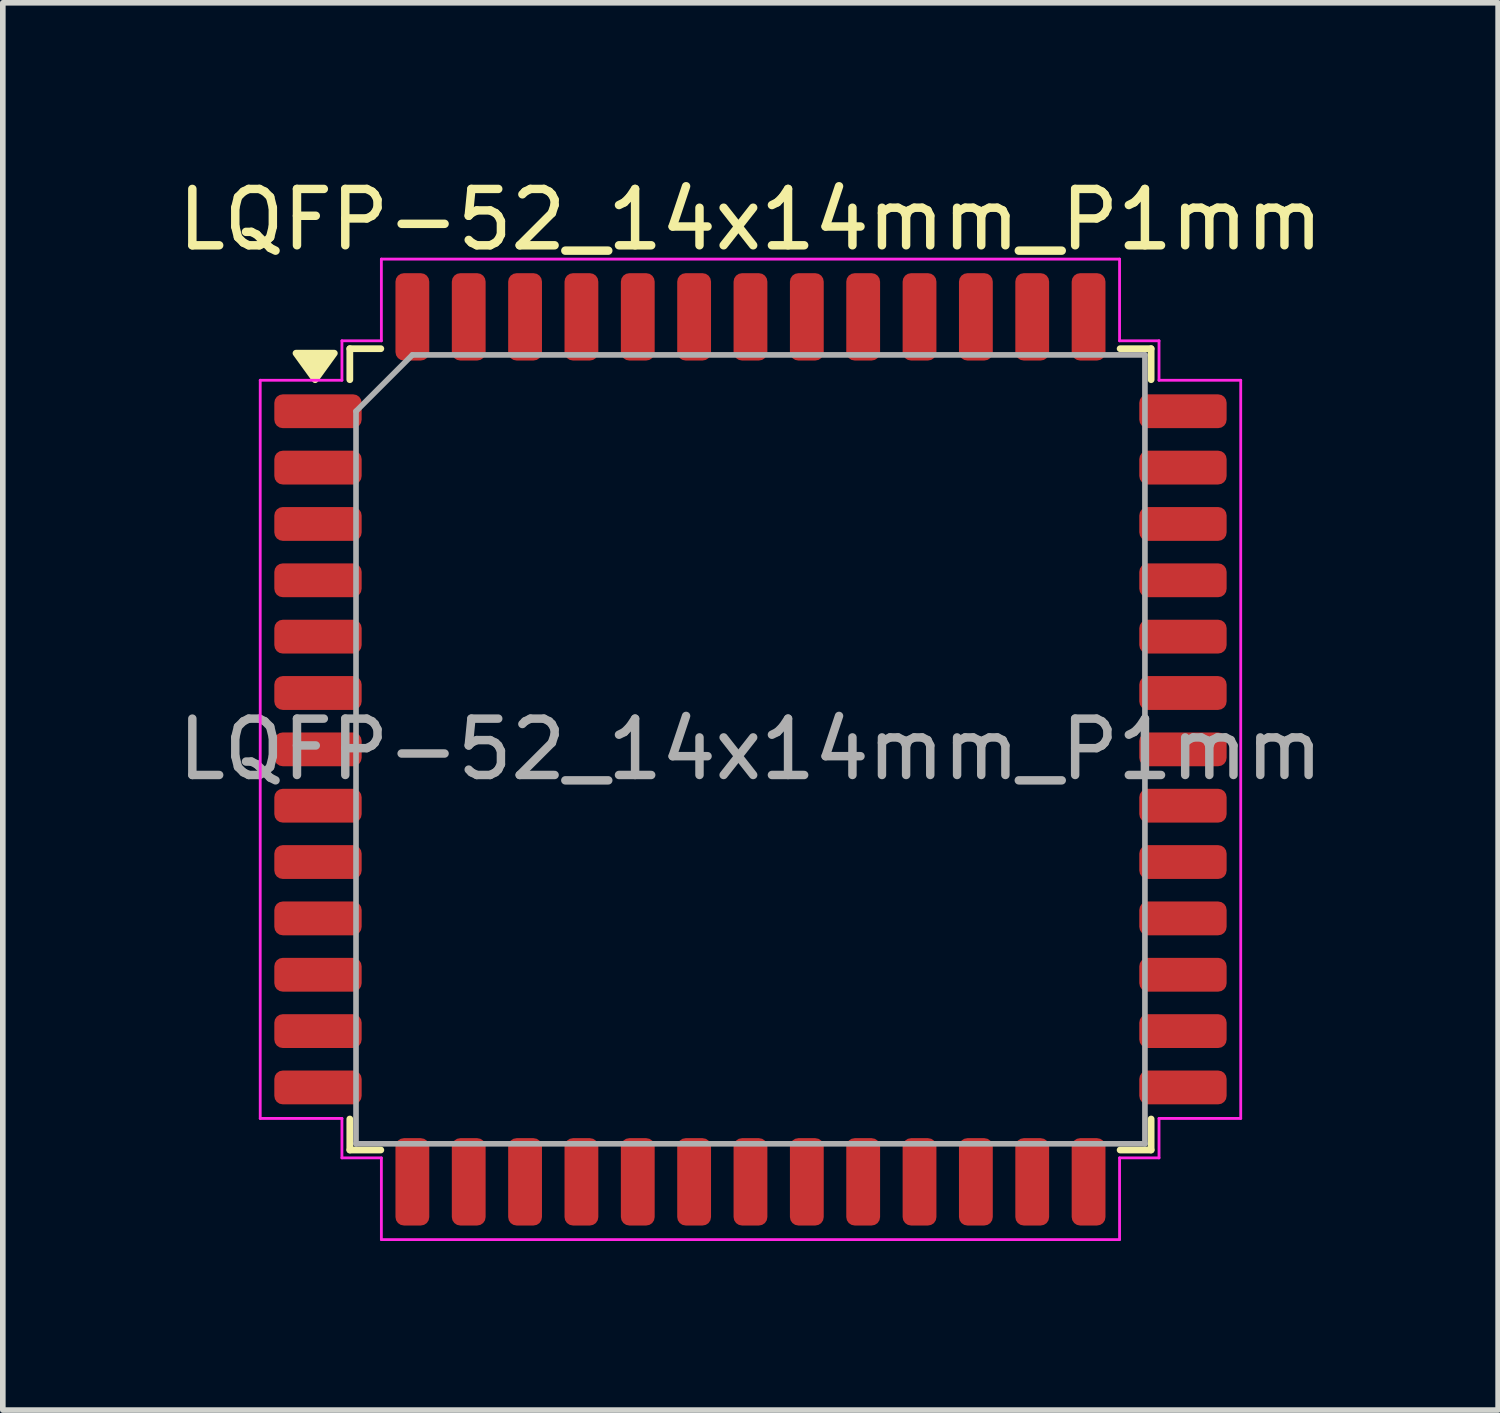
<source format=kicad_pcb>
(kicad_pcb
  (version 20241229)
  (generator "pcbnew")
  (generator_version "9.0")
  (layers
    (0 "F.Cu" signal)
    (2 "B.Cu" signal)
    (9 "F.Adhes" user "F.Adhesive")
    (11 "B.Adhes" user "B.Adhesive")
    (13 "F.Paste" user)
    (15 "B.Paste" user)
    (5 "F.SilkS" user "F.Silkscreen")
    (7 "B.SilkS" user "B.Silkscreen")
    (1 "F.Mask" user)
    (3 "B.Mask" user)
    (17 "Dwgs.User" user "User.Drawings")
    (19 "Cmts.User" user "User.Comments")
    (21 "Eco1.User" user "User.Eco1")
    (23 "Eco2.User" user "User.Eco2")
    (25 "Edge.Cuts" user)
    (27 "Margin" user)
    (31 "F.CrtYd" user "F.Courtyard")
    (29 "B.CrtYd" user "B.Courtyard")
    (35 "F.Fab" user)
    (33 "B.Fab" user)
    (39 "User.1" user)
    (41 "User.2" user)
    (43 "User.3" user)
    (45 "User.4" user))
  (footprint "LQFP-52_14x14mm_P1mm"
    (layer "F.Cu")
    (at 10.268 10.248)
    (property "Reference" "LQFP-52_14x14mm_P1mm" (at 0 -9.4 0) (layer "F.SilkS") (effects (font (size 1 1) (thickness 0.15))))
    (attr smd)
    (fp_line (start -7.11 -7.11) (end -7.11 -6.56) (stroke (width 0.12) (type solid)) (layer "F.SilkS"))
    (fp_line (start -7.11 7.11) (end -7.11 6.56) (stroke (width 0.12) (type solid)) (layer "F.SilkS"))
    (fp_line (start -6.56 -7.11) (end -7.11 -7.11) (stroke (width 0.12) (type solid)) (layer "F.SilkS"))
    (fp_line (start -6.56 7.11) (end -7.11 7.11) (stroke (width 0.12) (type solid)) (layer "F.SilkS"))
    (fp_line (start 6.56 -7.11) (end 7.11 -7.11) (stroke (width 0.12) (type solid)) (layer "F.SilkS"))
    (fp_line (start 6.56 7.11) (end 7.11 7.11) (stroke (width 0.12) (type solid)) (layer "F.SilkS"))
    (fp_line (start 7.11 -7.11) (end 7.11 -6.56) (stroke (width 0.12) (type solid)) (layer "F.SilkS"))
    (fp_line (start 7.11 7.11) (end 7.11 6.56) (stroke (width 0.12) (type solid)) (layer "F.SilkS"))
    (fp_poly (pts (xy -7.725 -6.56) (xy -8.065 -7.03) (xy -7.385 -7.03)) (stroke (width 0.12) (type solid)) (fill yes) (layer "F.SilkS"))
    (fp_line (start -8.7 -6.55) (end -7.25 -6.55) (stroke (width 0.05) (type solid)) (layer "F.CrtYd"))
    (fp_line (start -8.7 6.55) (end -8.7 -6.55) (stroke (width 0.05) (type solid)) (layer "F.CrtYd"))
    (fp_line (start -7.25 -7.25) (end -6.55 -7.25) (stroke (width 0.05) (type solid)) (layer "F.CrtYd"))
    (fp_line (start -7.25 -6.55) (end -7.25 -7.25) (stroke (width 0.05) (type solid)) (layer "F.CrtYd"))
    (fp_line (start -7.25 6.55) (end -8.7 6.55) (stroke (width 0.05) (type solid)) (layer "F.CrtYd"))
    (fp_line (start -7.25 7.25) (end -7.25 6.55) (stroke (width 0.05) (type solid)) (layer "F.CrtYd"))
    (fp_line (start -6.55 -8.7) (end 6.55 -8.7) (stroke (width 0.05) (type solid)) (layer "F.CrtYd"))
    (fp_line (start -6.55 -7.25) (end -6.55 -8.7) (stroke (width 0.05) (type solid)) (layer "F.CrtYd"))
    (fp_line (start -6.55 7.25) (end -7.25 7.25) (stroke (width 0.05) (type solid)) (layer "F.CrtYd"))
    (fp_line (start -6.55 8.7) (end -6.55 7.25) (stroke (width 0.05) (type solid)) (layer "F.CrtYd"))
    (fp_line (start 6.55 -8.7) (end 6.55 -7.25) (stroke (width 0.05) (type solid)) (layer "F.CrtYd"))
    (fp_line (start 6.55 -7.25) (end 7.25 -7.25) (stroke (width 0.05) (type solid)) (layer "F.CrtYd"))
    (fp_line (start 6.55 7.25) (end 6.55 8.7) (stroke (width 0.05) (type solid)) (layer "F.CrtYd"))
    (fp_line (start 6.55 8.7) (end -6.55 8.7) (stroke (width 0.05) (type solid)) (layer "F.CrtYd"))
    (fp_line (start 7.25 -7.25) (end 7.25 -6.55) (stroke (width 0.05) (type solid)) (layer "F.CrtYd"))
    (fp_line (start 7.25 -6.55) (end 8.7 -6.55) (stroke (width 0.05) (type solid)) (layer "F.CrtYd"))
    (fp_line (start 7.25 6.55) (end 7.25 7.25) (stroke (width 0.05) (type solid)) (layer "F.CrtYd"))
    (fp_line (start 7.25 7.25) (end 6.55 7.25) (stroke (width 0.05) (type solid)) (layer "F.CrtYd"))
    (fp_line (start 8.7 -6.55) (end 8.7 6.55) (stroke (width 0.05) (type solid)) (layer "F.CrtYd"))
    (fp_line (start 8.7 6.55) (end 7.25 6.55) (stroke (width 0.05) (type solid)) (layer "F.CrtYd"))
    (fp_line (start -7 -6) (end -6 -7) (stroke (width 0.1) (type solid)) (layer "F.Fab"))
    (fp_line (start -7 7) (end -7 -6) (stroke (width 0.1) (type solid)) (layer "F.Fab"))
    (fp_line (start -6 -7) (end 7 -7) (stroke (width 0.1) (type solid)) (layer "F.Fab"))
    (fp_line (start 7 -7) (end 7 7) (stroke (width 0.1) (type solid)) (layer "F.Fab"))
    (fp_line (start 7 7) (end -7 7) (stroke (width 0.1) (type solid)) (layer "F.Fab"))
    (fp_text user "${REFERENCE}" (at 0 0 0) (layer "F.Fab") (effects (font (size 1 1) (thickness 0.15))))
    (pad "1" smd roundrect (at -7.675 -6) (size 1.55 0.6) (layers "F.Cu" "F.Mask" "F.Paste") (roundrect_rratio 0.25))
    (pad "2" smd roundrect (at -7.675 -5) (size 1.55 0.6) (layers "F.Cu" "F.Mask" "F.Paste") (roundrect_rratio 0.25))
    (pad "3" smd roundrect (at -7.675 -4) (size 1.55 0.6) (layers "F.Cu" "F.Mask" "F.Paste") (roundrect_rratio 0.25))
    (pad "4" smd roundrect (at -7.675 -3) (size 1.55 0.6) (layers "F.Cu" "F.Mask" "F.Paste") (roundrect_rratio 0.25))
    (pad "5" smd roundrect (at -7.675 -2) (size 1.55 0.6) (layers "F.Cu" "F.Mask" "F.Paste") (roundrect_rratio 0.25))
    (pad "6" smd roundrect (at -7.675 -1) (size 1.55 0.6) (layers "F.Cu" "F.Mask" "F.Paste") (roundrect_rratio 0.25))
    (pad "7" smd roundrect (at -7.675 0) (size 1.55 0.6) (layers "F.Cu" "F.Mask" "F.Paste") (roundrect_rratio 0.25))
    (pad "8" smd roundrect (at -7.675 1) (size 1.55 0.6) (layers "F.Cu" "F.Mask" "F.Paste") (roundrect_rratio 0.25))
    (pad "9" smd roundrect (at -7.675 2) (size 1.55 0.6) (layers "F.Cu" "F.Mask" "F.Paste") (roundrect_rratio 0.25))
    (pad "10" smd roundrect (at -7.675 3) (size 1.55 0.6) (layers "F.Cu" "F.Mask" "F.Paste") (roundrect_rratio 0.25))
    (pad "11" smd roundrect (at -7.675 4) (size 1.55 0.6) (layers "F.Cu" "F.Mask" "F.Paste") (roundrect_rratio 0.25))
    (pad "12" smd roundrect (at -7.675 5) (size 1.55 0.6) (layers "F.Cu" "F.Mask" "F.Paste") (roundrect_rratio 0.25))
    (pad "13" smd roundrect (at -7.675 6) (size 1.55 0.6) (layers "F.Cu" "F.Mask" "F.Paste") (roundrect_rratio 0.25))
    (pad "14" smd roundrect (at -6 7.675) (size 0.6 1.55) (layers "F.Cu" "F.Mask" "F.Paste") (roundrect_rratio 0.25))
    (pad "15" smd roundrect (at -5 7.675) (size 0.6 1.55) (layers "F.Cu" "F.Mask" "F.Paste") (roundrect_rratio 0.25))
    (pad "16" smd roundrect (at -4 7.675) (size 0.6 1.55) (layers "F.Cu" "F.Mask" "F.Paste") (roundrect_rratio 0.25))
    (pad "17" smd roundrect (at -3 7.675) (size 0.6 1.55) (layers "F.Cu" "F.Mask" "F.Paste") (roundrect_rratio 0.25))
    (pad "18" smd roundrect (at -2 7.675) (size 0.6 1.55) (layers "F.Cu" "F.Mask" "F.Paste") (roundrect_rratio 0.25))
    (pad "19" smd roundrect (at -1 7.675) (size 0.6 1.55) (layers "F.Cu" "F.Mask" "F.Paste") (roundrect_rratio 0.25))
    (pad "20" smd roundrect (at 0 7.675) (size 0.6 1.55) (layers "F.Cu" "F.Mask" "F.Paste") (roundrect_rratio 0.25))
    (pad "21" smd roundrect (at 1 7.675) (size 0.6 1.55) (layers "F.Cu" "F.Mask" "F.Paste") (roundrect_rratio 0.25))
    (pad "22" smd roundrect (at 2 7.675) (size 0.6 1.55) (layers "F.Cu" "F.Mask" "F.Paste") (roundrect_rratio 0.25))
    (pad "23" smd roundrect (at 3 7.675) (size 0.6 1.55) (layers "F.Cu" "F.Mask" "F.Paste") (roundrect_rratio 0.25))
    (pad "24" smd roundrect (at 4 7.675) (size 0.6 1.55) (layers "F.Cu" "F.Mask" "F.Paste") (roundrect_rratio 0.25))
    (pad "25" smd roundrect (at 5 7.675) (size 0.6 1.55) (layers "F.Cu" "F.Mask" "F.Paste") (roundrect_rratio 0.25))
    (pad "26" smd roundrect (at 6 7.675) (size 0.6 1.55) (layers "F.Cu" "F.Mask" "F.Paste") (roundrect_rratio 0.25))
    (pad "27" smd roundrect (at 7.675 6) (size 1.55 0.6) (layers "F.Cu" "F.Mask" "F.Paste") (roundrect_rratio 0.25))
    (pad "28" smd roundrect (at 7.675 5) (size 1.55 0.6) (layers "F.Cu" "F.Mask" "F.Paste") (roundrect_rratio 0.25))
    (pad "29" smd roundrect (at 7.675 4) (size 1.55 0.6) (layers "F.Cu" "F.Mask" "F.Paste") (roundrect_rratio 0.25))
    (pad "30" smd roundrect (at 7.675 3) (size 1.55 0.6) (layers "F.Cu" "F.Mask" "F.Paste") (roundrect_rratio 0.25))
    (pad "31" smd roundrect (at 7.675 2) (size 1.55 0.6) (layers "F.Cu" "F.Mask" "F.Paste") (roundrect_rratio 0.25))
    (pad "32" smd roundrect (at 7.675 1) (size 1.55 0.6) (layers "F.Cu" "F.Mask" "F.Paste") (roundrect_rratio 0.25))
    (pad "33" smd roundrect (at 7.675 0) (size 1.55 0.6) (layers "F.Cu" "F.Mask" "F.Paste") (roundrect_rratio 0.25))
    (pad "34" smd roundrect (at 7.675 -1) (size 1.55 0.6) (layers "F.Cu" "F.Mask" "F.Paste") (roundrect_rratio 0.25))
    (pad "35" smd roundrect (at 7.675 -2) (size 1.55 0.6) (layers "F.Cu" "F.Mask" "F.Paste") (roundrect_rratio 0.25))
    (pad "36" smd roundrect (at 7.675 -3) (size 1.55 0.6) (layers "F.Cu" "F.Mask" "F.Paste") (roundrect_rratio 0.25))
    (pad "37" smd roundrect (at 7.675 -4) (size 1.55 0.6) (layers "F.Cu" "F.Mask" "F.Paste") (roundrect_rratio 0.25))
    (pad "38" smd roundrect (at 7.675 -5) (size 1.55 0.6) (layers "F.Cu" "F.Mask" "F.Paste") (roundrect_rratio 0.25))
    (pad "39" smd roundrect (at 7.675 -6) (size 1.55 0.6) (layers "F.Cu" "F.Mask" "F.Paste") (roundrect_rratio 0.25))
    (pad "40" smd roundrect (at 6 -7.675) (size 0.6 1.55) (layers "F.Cu" "F.Mask" "F.Paste") (roundrect_rratio 0.25))
    (pad "41" smd roundrect (at 5 -7.675) (size 0.6 1.55) (layers "F.Cu" "F.Mask" "F.Paste") (roundrect_rratio 0.25))
    (pad "42" smd roundrect (at 4 -7.675) (size 0.6 1.55) (layers "F.Cu" "F.Mask" "F.Paste") (roundrect_rratio 0.25))
    (pad "43" smd roundrect (at 3 -7.675) (size 0.6 1.55) (layers "F.Cu" "F.Mask" "F.Paste") (roundrect_rratio 0.25))
    (pad "44" smd roundrect (at 2 -7.675) (size 0.6 1.55) (layers "F.Cu" "F.Mask" "F.Paste") (roundrect_rratio 0.25))
    (pad "45" smd roundrect (at 1 -7.675) (size 0.6 1.55) (layers "F.Cu" "F.Mask" "F.Paste") (roundrect_rratio 0.25))
    (pad "46" smd roundrect (at 0 -7.675) (size 0.6 1.55) (layers "F.Cu" "F.Mask" "F.Paste") (roundrect_rratio 0.25))
    (pad "47" smd roundrect (at -1 -7.675) (size 0.6 1.55) (layers "F.Cu" "F.Mask" "F.Paste") (roundrect_rratio 0.25))
    (pad "48" smd roundrect (at -2 -7.675) (size 0.6 1.55) (layers "F.Cu" "F.Mask" "F.Paste") (roundrect_rratio 0.25))
    (pad "49" smd roundrect (at -3 -7.675) (size 0.6 1.55) (layers "F.Cu" "F.Mask" "F.Paste") (roundrect_rratio 0.25))
    (pad "50" smd roundrect (at -4 -7.675) (size 0.6 1.55) (layers "F.Cu" "F.Mask" "F.Paste") (roundrect_rratio 0.25))
    (pad "51" smd roundrect (at -5 -7.675) (size 0.6 1.55) (layers "F.Cu" "F.Mask" "F.Paste") (roundrect_rratio 0.25))
    (pad "52" smd roundrect (at -6 -7.675) (size 0.6 1.55) (layers "F.Cu" "F.Mask" "F.Paste") (roundrect_rratio 0.25)))
  (gr_rect
    (start -3 -3)
    (end 23.536 21.973)
    (stroke (width 0.1) (type default))
    (fill no)
    (layer "Edge.Cuts")))
</source>
